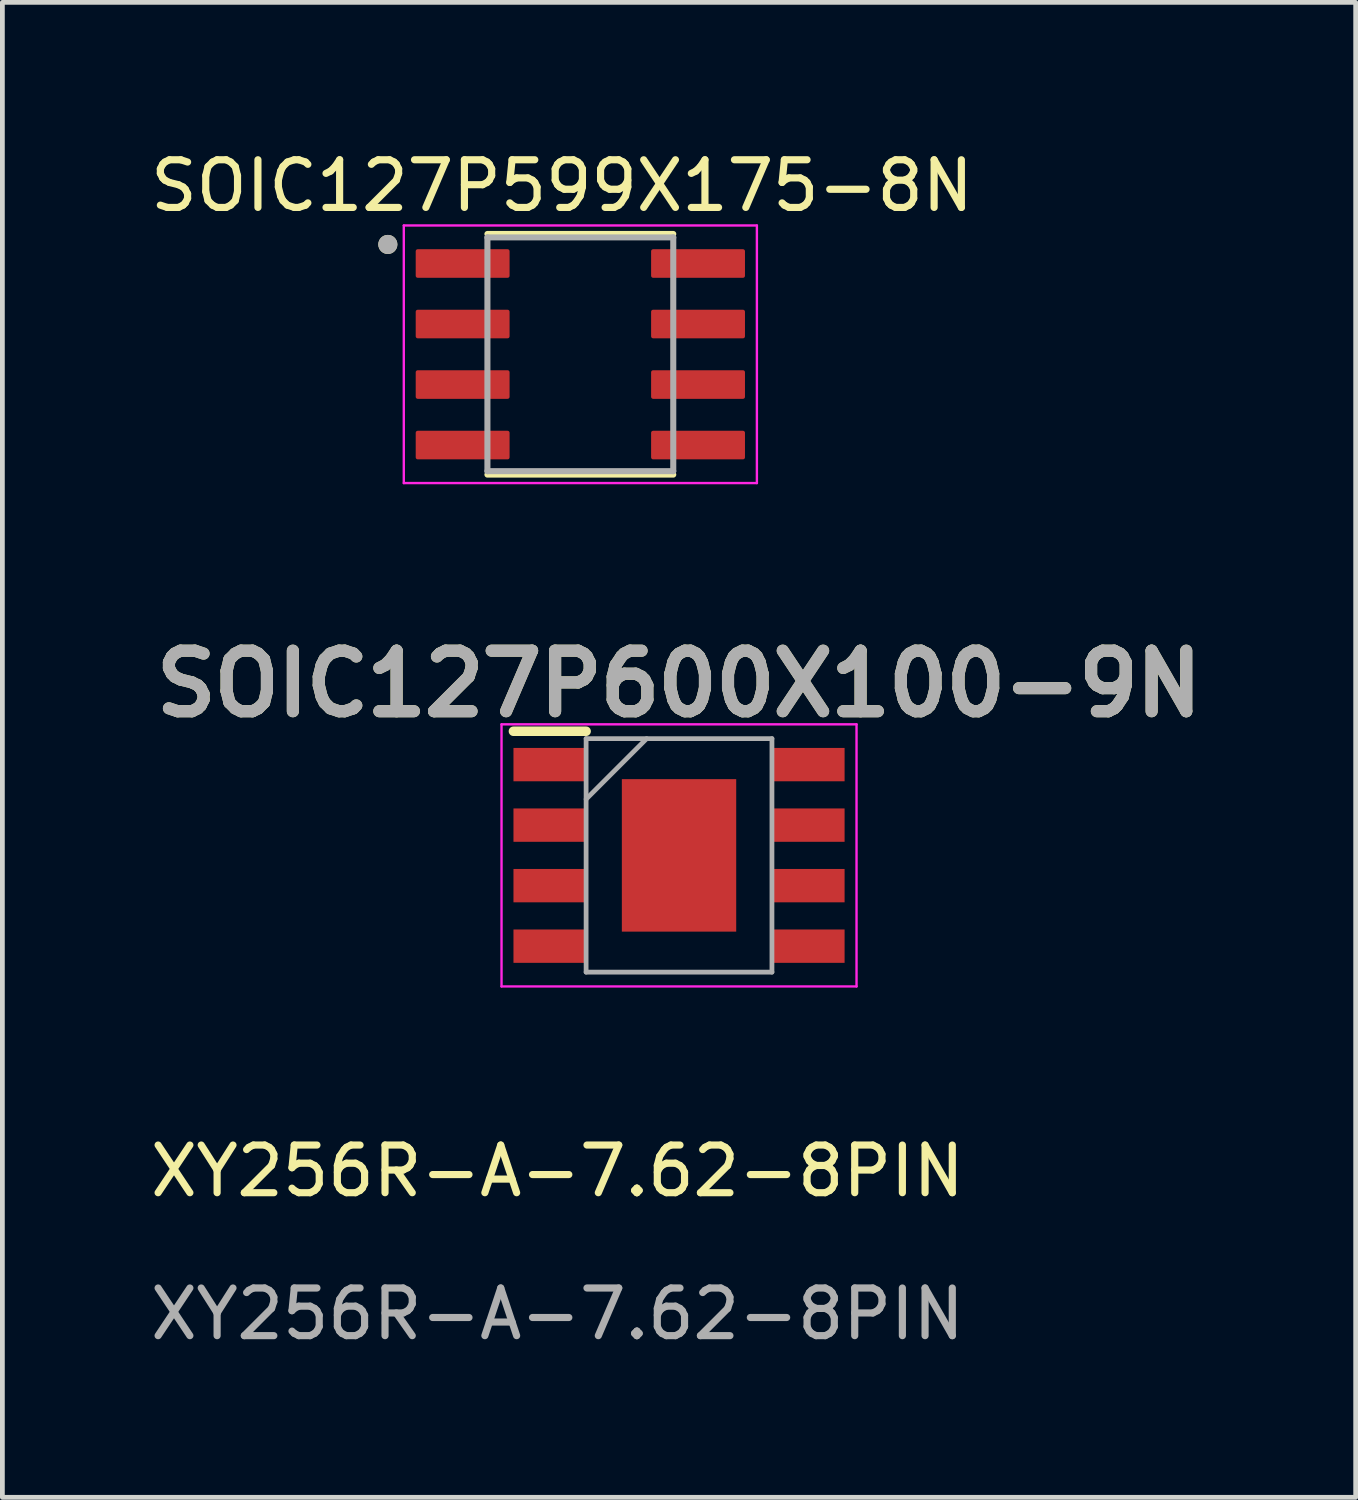
<source format=kicad_pcb>
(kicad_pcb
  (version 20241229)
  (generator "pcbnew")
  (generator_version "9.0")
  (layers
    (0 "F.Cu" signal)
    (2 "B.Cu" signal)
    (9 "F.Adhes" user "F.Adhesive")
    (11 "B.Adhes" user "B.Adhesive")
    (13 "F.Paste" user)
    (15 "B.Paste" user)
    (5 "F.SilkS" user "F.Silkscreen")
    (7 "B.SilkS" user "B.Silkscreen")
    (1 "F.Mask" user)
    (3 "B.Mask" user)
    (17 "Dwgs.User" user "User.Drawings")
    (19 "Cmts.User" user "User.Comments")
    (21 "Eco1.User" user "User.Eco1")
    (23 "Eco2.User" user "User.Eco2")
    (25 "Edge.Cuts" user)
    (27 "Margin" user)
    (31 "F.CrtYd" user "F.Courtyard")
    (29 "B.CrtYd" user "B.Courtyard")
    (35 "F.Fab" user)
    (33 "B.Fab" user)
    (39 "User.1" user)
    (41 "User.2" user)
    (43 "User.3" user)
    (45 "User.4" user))
  (footprint "XY256R-A-7.62-8PIN"
    (layer "F.Cu")
    (at 8.649 22.025)
    (property "Reference" "XY256R-A-7.62-8PIN" (at 0 -0.5 0) (unlocked yes) (layer "F.SilkS") (effects (font (size 1 1) (thickness 0.15))))
    (attr through_hole)
    (fp_text user "${REFERENCE}" (at 0 2.5 0) (unlocked yes) (layer "F.Fab") (effects (font (size 1 1) (thickness 0.15)))))
  (footprint "SOIC127P599X175-8N"
    (layer "F.Cu")
    (at 9.129 4.385)
    (property "Reference" "SOIC127P599X175-8N" (at -0.385 -3.537 0) (layer "F.SilkS") (effects (font (size 1 1) (thickness 0.15))))
    (attr through_hole)
    (fp_line (start -1.95 -2.525) (end 1.95 -2.525) (stroke (width 0.127) (type solid)) (layer "F.SilkS"))
    (fp_line (start -1.95 2.525) (end 1.95 2.525) (stroke (width 0.127) (type solid)) (layer "F.SilkS"))
    (fp_circle (center -4.04 -2.305) (end -3.94 -2.305) (stroke (width 0.2) (type solid)) (fill no) (layer "F.SilkS"))
    (fp_line (start -3.705 -2.703) (end -3.705 2.703) (stroke (width 0.05) (type solid)) (layer "F.CrtYd"))
    (fp_line (start -3.705 -2.703) (end 3.705 -2.703) (stroke (width 0.05) (type solid)) (layer "F.CrtYd"))
    (fp_line (start -3.705 2.703) (end 3.705 2.703) (stroke (width 0.05) (type solid)) (layer "F.CrtYd"))
    (fp_line (start 3.705 -2.703) (end 3.705 2.703) (stroke (width 0.05) (type solid)) (layer "F.CrtYd"))
    (fp_line (start -1.95 -2.453) (end -1.95 2.453) (stroke (width 0.127) (type solid)) (layer "F.Fab"))
    (fp_line (start -1.95 -2.453) (end 1.95 -2.453) (stroke (width 0.127) (type solid)) (layer "F.Fab"))
    (fp_line (start -1.95 2.453) (end 1.95 2.453) (stroke (width 0.127) (type solid)) (layer "F.Fab"))
    (fp_line (start 1.95 -2.453) (end 1.95 2.453) (stroke (width 0.127) (type solid)) (layer "F.Fab"))
    (fp_circle (center -4.04 -2.305) (end -3.94 -2.305) (stroke (width 0.2) (type solid)) (fill no) (layer "F.Fab"))
    (pad "1" smd roundrect (at -2.47 -1.905) (size 1.97 0.6) (layers "F.Cu" "F.Mask" "F.Paste") (roundrect_rratio 0.07))
    (pad "2" smd roundrect (at -2.47 -0.635) (size 1.97 0.6) (layers "F.Cu" "F.Mask" "F.Paste") (roundrect_rratio 0.07))
    (pad "3" smd roundrect (at -2.47 0.635) (size 1.97 0.6) (layers "F.Cu" "F.Mask" "F.Paste") (roundrect_rratio 0.07))
    (pad "4" smd roundrect (at -2.47 1.905) (size 1.97 0.6) (layers "F.Cu" "F.Mask" "F.Paste") (roundrect_rratio 0.07))
    (pad "5" smd roundrect (at 2.47 1.905) (size 1.97 0.6) (layers "F.Cu" "F.Mask" "F.Paste") (roundrect_rratio 0.07))
    (pad "6" smd roundrect (at 2.47 0.635) (size 1.97 0.6) (layers "F.Cu" "F.Mask" "F.Paste") (roundrect_rratio 0.07))
    (pad "7" smd roundrect (at 2.47 -0.635) (size 1.97 0.6) (layers "F.Cu" "F.Mask" "F.Paste") (roundrect_rratio 0.07))
    (pad "8" smd roundrect (at 2.47 -1.905) (size 1.97 0.6) (layers "F.Cu" "F.Mask" "F.Paste") (roundrect_rratio 0.07)))
  (footprint "SOIC127P600X100-9N"
    (layer "F.Cu")
    (at 11.2 14.901)
    (property "Reference" "SOIC127P600X100-9N" (at 0 -3.6 0) (layer "F.SilkS") (effects (font (size 1.27 1.27) (thickness 0.254))))
    (attr smd)
    (fp_line (start -3.475 -2.605) (end -1.95 -2.605) (stroke (width 0.2) (type solid)) (layer "F.SilkS"))
    (fp_line (start -3.725 -2.75) (end 3.725 -2.75) (stroke (width 0.05) (type solid)) (layer "F.CrtYd"))
    (fp_line (start -3.725 2.75) (end -3.725 -2.75) (stroke (width 0.05) (type solid)) (layer "F.CrtYd"))
    (fp_line (start 3.725 -2.75) (end 3.725 2.75) (stroke (width 0.05) (type solid)) (layer "F.CrtYd"))
    (fp_line (start 3.725 2.75) (end -3.725 2.75) (stroke (width 0.05) (type solid)) (layer "F.CrtYd"))
    (fp_line (start -1.95 -2.45) (end 1.95 -2.45) (stroke (width 0.1) (type solid)) (layer "F.Fab"))
    (fp_line (start -1.95 -1.18) (end -0.68 -2.45) (stroke (width 0.1) (type solid)) (layer "F.Fab"))
    (fp_line (start -1.95 2.45) (end -1.95 -2.45) (stroke (width 0.1) (type solid)) (layer "F.Fab"))
    (fp_line (start 1.95 -2.45) (end 1.95 2.45) (stroke (width 0.1) (type solid)) (layer "F.Fab"))
    (fp_line (start 1.95 2.45) (end -1.95 2.45) (stroke (width 0.1) (type solid)) (layer "F.Fab"))
    (fp_text user "${REFERENCE}" (at 0 -3.6 0) (layer "F.Fab") (effects (font (size 1.27 1.27) (thickness 0.254))))
    (pad "1" smd rect (at -2.712 -1.905 90) (size 0.7 1.525) (layers "F.Cu" "F.Mask" "F.Paste"))
    (pad "2" smd rect (at -2.712 -0.635 90) (size 0.7 1.525) (layers "F.Cu" "F.Mask" "F.Paste"))
    (pad "3" smd rect (at -2.712 0.635 90) (size 0.7 1.525) (layers "F.Cu" "F.Mask" "F.Paste"))
    (pad "4" smd rect (at -2.712 1.905 90) (size 0.7 1.525) (layers "F.Cu" "F.Mask" "F.Paste"))
    (pad "5" smd rect (at 2.712 1.905 90) (size 0.7 1.525) (layers "F.Cu" "F.Mask" "F.Paste"))
    (pad "6" smd rect (at 2.712 0.635 90) (size 0.7 1.525) (layers "F.Cu" "F.Mask" "F.Paste"))
    (pad "7" smd rect (at 2.712 -0.635 90) (size 0.7 1.525) (layers "F.Cu" "F.Mask" "F.Paste"))
    (pad "8" smd rect (at 2.712 -1.905 90) (size 0.7 1.525) (layers "F.Cu" "F.Mask" "F.Paste"))
    (pad "9" smd rect (at 0 0) (size 2.4 3.2) (layers "F.Cu" "F.Mask" "F.Paste")))
  (gr_rect
    (start -3 -3)
    (end 25.4 28.373)
    (stroke (width 0.1) (type default))
    (fill no)
    (layer "Edge.Cuts")))
</source>
